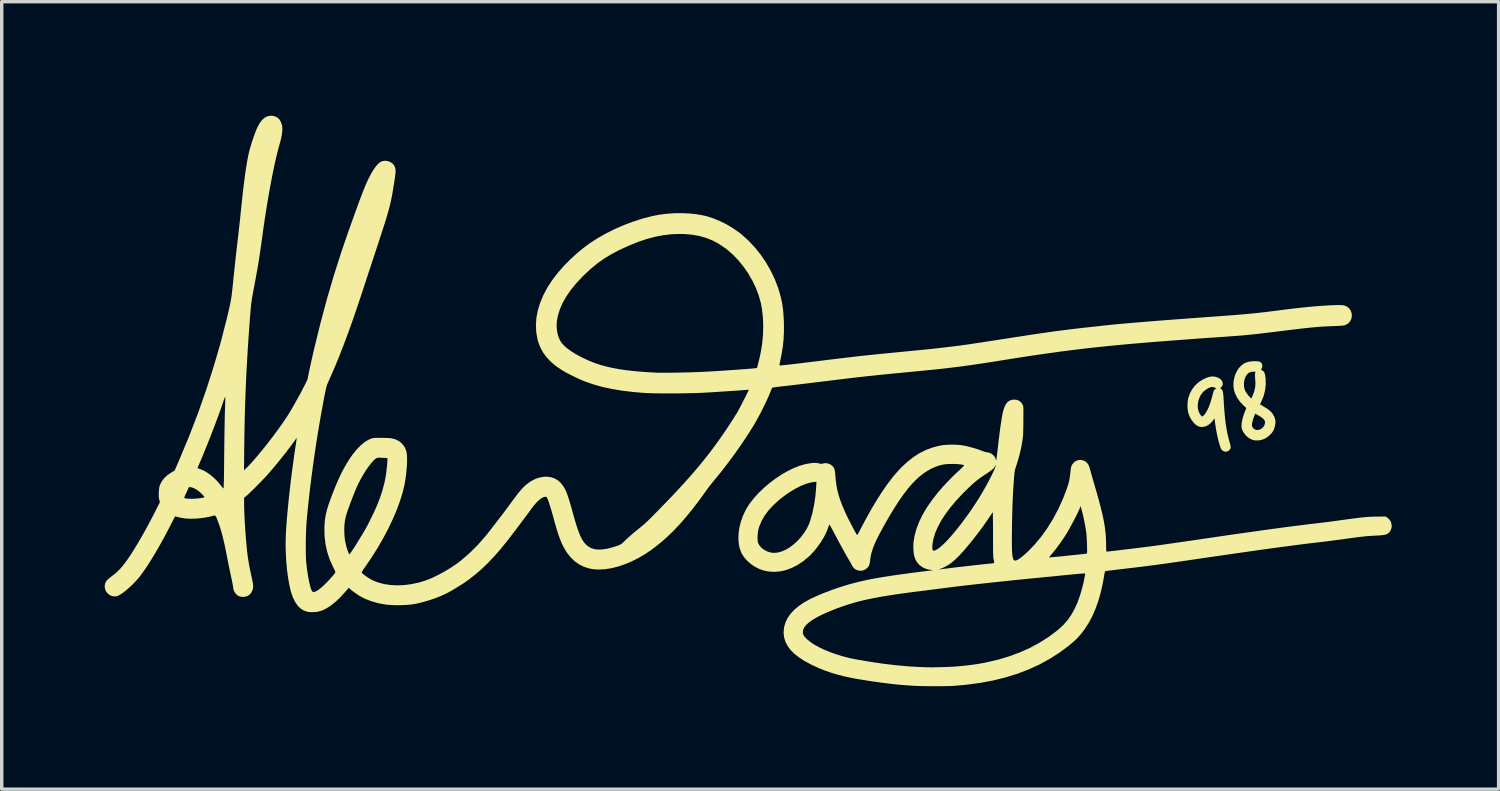
<source format=kicad_pcb>
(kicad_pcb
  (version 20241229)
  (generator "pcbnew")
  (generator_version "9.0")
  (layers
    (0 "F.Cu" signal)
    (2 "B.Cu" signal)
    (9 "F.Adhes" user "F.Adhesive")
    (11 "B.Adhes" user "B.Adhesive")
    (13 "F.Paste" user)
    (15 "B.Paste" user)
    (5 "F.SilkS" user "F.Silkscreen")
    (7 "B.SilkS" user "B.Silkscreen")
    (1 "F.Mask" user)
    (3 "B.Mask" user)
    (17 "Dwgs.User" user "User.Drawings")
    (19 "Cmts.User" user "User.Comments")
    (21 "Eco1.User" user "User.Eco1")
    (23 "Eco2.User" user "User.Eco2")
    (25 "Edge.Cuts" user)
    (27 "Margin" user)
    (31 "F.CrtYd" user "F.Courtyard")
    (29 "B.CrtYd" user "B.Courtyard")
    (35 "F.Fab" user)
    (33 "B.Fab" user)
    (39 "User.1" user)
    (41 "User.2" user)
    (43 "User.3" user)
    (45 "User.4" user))
  (footprint "Alectardy98 (1) Silk"
    (layer "F.Cu")
    (at 18.275 8.53)
    (property "Reference" "Alectardy98 (1) Silk" (at 7.366 -7.112 0) (layer "User.1") (effects (font (size 1.524 1.524) (thickness 0.3))))
    (attr board_only exclude_from_pos_files exclude_from_bom)
    (fp_poly (pts (xy 14.056 -0.607) (xy 14.127 -0.592) (xy 14.196 -0.562) (xy 14.251 -0.522) (xy 14.289 -0.474) (xy 14.308 -0.422) (xy 14.308 -0.37) (xy 14.287 -0.321) (xy 14.265 -0.297) (xy 14.232 -0.266) (xy 14.26 -0.246) (xy 14.283 -0.226) (xy 14.301 -0.198) (xy 14.314 -0.159) (xy 14.322 -0.106) (xy 14.329 -0.033) (xy 14.331 0.006) (xy 14.344 0.235) (xy 14.36 0.441) (xy 14.378 0.627) (xy 14.399 0.795) (xy 14.424 0.948) (xy 14.452 1.089) (xy 14.484 1.219) (xy 14.503 1.286) (xy 14.523 1.356) (xy 14.535 1.408) (xy 14.54 1.445) (xy 14.537 1.474) (xy 14.527 1.5) (xy 14.521 1.511) (xy 14.481 1.557) (xy 14.431 1.581) (xy 14.375 1.583) (xy 14.318 1.561) (xy 14.31 1.556) (xy 14.289 1.539) (xy 14.272 1.52) (xy 14.257 1.493) (xy 14.241 1.452) (xy 14.221 1.393) (xy 14.219 1.386) (xy 14.18 1.25) (xy 14.144 1.094) (xy 14.112 0.925) (xy 14.089 0.772) (xy 14.068 0.611) (xy 14.02 0.678) (xy 13.954 0.754) (xy 13.879 0.811) (xy 13.799 0.848) (xy 13.718 0.864) (xy 13.638 0.857) (xy 13.581 0.837) (xy 13.516 0.794) (xy 13.453 0.731) (xy 13.395 0.653) (xy 13.346 0.564) (xy 13.309 0.47) (xy 13.301 0.441) (xy 13.287 0.359) (xy 13.281 0.262) (xy 13.282 0.218) (xy 13.58 0.218) (xy 13.583 0.317) (xy 13.605 0.407) (xy 13.609 0.417) (xy 13.63 0.46) (xy 13.655 0.502) (xy 13.68 0.535) (xy 13.701 0.556) (xy 13.709 0.559) (xy 13.727 0.55) (xy 13.752 0.529) (xy 13.757 0.524) (xy 13.807 0.461) (xy 13.855 0.382) (xy 13.9 0.285) (xy 13.943 0.169) (xy 13.985 0.031) (xy 14.028 -0.13) (xy 14.028 -0.13) (xy 14.042 -0.18) (xy 14.057 -0.211) (xy 14.077 -0.232) (xy 14.086 -0.239) (xy 14.123 -0.262) (xy 14.073 -0.285) (xy 14.011 -0.302) (xy 13.975 -0.301) (xy 13.924 -0.285) (xy 13.863 -0.253) (xy 13.801 -0.212) (xy 13.744 -0.165) (xy 13.732 -0.152) (xy 13.672 -0.075) (xy 13.626 0.016) (xy 13.595 0.116) (xy 13.58 0.218) (xy 13.282 0.218) (xy 13.283 0.162) (xy 13.294 0.067) (xy 13.302 0.025) (xy 13.347 -0.106) (xy 13.413 -0.229) (xy 13.498 -0.34) (xy 13.599 -0.436) (xy 13.713 -0.512) (xy 13.725 -0.518) (xy 13.824 -0.565) (xy 13.908 -0.595) (xy 13.984 -0.608)) (stroke (width 0) (type solid)) (fill yes) (layer "F.SilkS"))
    (fp_poly (pts (xy 15.316 -1.052) (xy 15.366 -1.045) (xy 15.402 -1.032) (xy 15.428 -1.01) (xy 15.444 -0.988) (xy 15.462 -0.936) (xy 15.458 -0.879) (xy 15.437 -0.831) (xy 15.428 -0.813) (xy 15.434 -0.8) (xy 15.458 -0.784) (xy 15.465 -0.78) (xy 15.495 -0.76) (xy 15.516 -0.734) (xy 15.532 -0.696) (xy 15.545 -0.642) (xy 15.554 -0.569) (xy 15.557 -0.548) (xy 15.562 -0.374) (xy 15.542 -0.202) (xy 15.498 -0.033) (xy 15.431 0.126) (xy 15.393 0.201) (xy 15.453 0.238) (xy 15.497 0.265) (xy 15.55 0.298) (xy 15.591 0.322) (xy 15.682 0.388) (xy 15.755 0.468) (xy 15.808 0.557) (xy 15.839 0.652) (xy 15.844 0.679) (xy 15.844 0.743) (xy 15.833 0.819) (xy 15.814 0.896) (xy 15.786 0.965) (xy 15.785 0.968) (xy 15.744 1.029) (xy 15.687 1.091) (xy 15.62 1.149) (xy 15.55 1.196) (xy 15.523 1.209) (xy 15.439 1.239) (xy 15.347 1.255) (xy 15.257 1.255) (xy 15.177 1.239) (xy 15.16 1.233) (xy 15.061 1.18) (xy 14.978 1.107) (xy 14.91 1.013) (xy 14.894 0.984) (xy 14.873 0.939) (xy 14.861 0.9) (xy 14.856 0.857) (xy 14.856 0.813) (xy 14.856 0.812) (xy 15.159 0.812) (xy 15.164 0.846) (xy 15.193 0.897) (xy 15.238 0.933) (xy 15.292 0.951) (xy 15.352 0.95) (xy 15.411 0.928) (xy 15.424 0.92) (xy 15.477 0.878) (xy 15.512 0.835) (xy 15.533 0.783) (xy 15.541 0.734) (xy 15.536 0.691) (xy 15.514 0.651) (xy 15.475 0.611) (xy 15.415 0.567) (xy 15.356 0.531) (xy 15.254 0.472) (xy 15.221 0.56) (xy 15.185 0.663) (xy 15.164 0.748) (xy 15.159 0.812) (xy 14.856 0.812) (xy 14.864 0.722) (xy 14.887 0.615) (xy 14.925 0.495) (xy 14.96 0.4) (xy 14.996 0.311) (xy 14.915 0.237) (xy 14.814 0.132) (xy 14.732 0.016) (xy 14.671 -0.105) (xy 14.638 -0.204) (xy 14.62 -0.327) (xy 14.622 -0.413) (xy 14.926 -0.413) (xy 14.929 -0.318) (xy 14.949 -0.227) (xy 14.967 -0.183) (xy 14.988 -0.147) (xy 15.017 -0.105) (xy 15.05 -0.062) (xy 15.083 -0.023) (xy 15.113 0.008) (xy 15.134 0.024) (xy 15.138 0.025) (xy 15.148 0.015) (xy 15.163 -0.014) (xy 15.182 -0.056) (xy 15.188 -0.069) (xy 15.232 -0.195) (xy 15.256 -0.314) (xy 15.261 -0.434) (xy 15.258 -0.483) (xy 15.252 -0.562) (xy 15.249 -0.621) (xy 15.248 -0.663) (xy 15.25 -0.694) (xy 15.255 -0.716) (xy 15.257 -0.721) (xy 15.261 -0.737) (xy 15.255 -0.746) (xy 15.232 -0.749) (xy 15.202 -0.749) (xy 15.128 -0.741) (xy 15.067 -0.715) (xy 15.016 -0.668) (xy 15.013 -0.665) (xy 14.969 -0.593) (xy 14.939 -0.507) (xy 14.926 -0.413) (xy 14.622 -0.413) (xy 14.623 -0.454) (xy 14.647 -0.582) (xy 14.689 -0.703) (xy 14.749 -0.812) (xy 14.774 -0.847) (xy 14.844 -0.924) (xy 14.918 -0.981) (xy 15.001 -1.02) (xy 15.098 -1.044) (xy 15.211 -1.054) (xy 15.246 -1.054)) (stroke (width 0) (type solid)) (fill yes) (layer "F.SilkS"))
    (fp_poly (pts (xy 8.312 0.074) (xy 8.383 0.105) (xy 8.441 0.158) (xy 8.475 0.21) (xy 8.482 0.225) (xy 8.488 0.241) (xy 8.492 0.26) (xy 8.496 0.287) (xy 8.498 0.323) (xy 8.499 0.372) (xy 8.499 0.436) (xy 8.499 0.519) (xy 8.499 0.624) (xy 8.498 0.66) (xy 8.498 0.762) (xy 8.496 0.859) (xy 8.495 0.947) (xy 8.493 1.023) (xy 8.491 1.082) (xy 8.489 1.121) (xy 8.489 1.13) (xy 8.468 1.284) (xy 8.437 1.453) (xy 8.398 1.627) (xy 8.352 1.8) (xy 8.301 1.964) (xy 8.294 1.984) (xy 8.276 2.037) (xy 8.262 2.082) (xy 8.252 2.124) (xy 8.244 2.169) (xy 8.237 2.222) (xy 8.231 2.288) (xy 8.224 2.374) (xy 8.224 2.384) (xy 8.213 2.537) (xy 8.203 2.682) (xy 8.195 2.824) (xy 8.188 2.966) (xy 8.182 3.114) (xy 8.177 3.271) (xy 8.173 3.442) (xy 8.169 3.632) (xy 8.167 3.74) (xy 8.165 3.922) (xy 8.163 4.081) (xy 8.163 4.218) (xy 8.164 4.334) (xy 8.166 4.433) (xy 8.17 4.514) (xy 8.176 4.581) (xy 8.183 4.635) (xy 8.192 4.678) (xy 8.203 4.711) (xy 8.216 4.736) (xy 8.221 4.742) (xy 8.247 4.758) (xy 8.288 4.752) (xy 8.343 4.727) (xy 8.412 4.681) (xy 8.433 4.664) (xy 9.246 4.664) (xy 9.258 4.664) (xy 9.292 4.661) (xy 9.345 4.657) (xy 9.414 4.651) (xy 9.496 4.643) (xy 9.588 4.634) (xy 9.686 4.624) (xy 9.788 4.614) (xy 9.89 4.603) (xy 9.989 4.593) (xy 10.082 4.583) (xy 10.166 4.574) (xy 10.238 4.566) (xy 10.295 4.559) (xy 10.333 4.554) (xy 10.35 4.551) (xy 10.35 4.551) (xy 10.354 4.535) (xy 10.355 4.498) (xy 10.356 4.443) (xy 10.355 4.377) (xy 10.353 4.301) (xy 10.35 4.221) (xy 10.346 4.141) (xy 10.342 4.066) (xy 10.337 3.998) (xy 10.332 3.943) (xy 10.331 3.937) (xy 10.317 3.843) (xy 10.298 3.732) (xy 10.275 3.612) (xy 10.249 3.49) (xy 10.222 3.375) (xy 10.197 3.277) (xy 10.168 3.169) (xy 10.142 3.232) (xy 10.118 3.288) (xy 10.083 3.361) (xy 10.041 3.447) (xy 9.993 3.541) (xy 9.941 3.64) (xy 9.889 3.737) (xy 9.838 3.829) (xy 9.792 3.911) (xy 9.751 3.979) (xy 9.747 3.986) (xy 9.683 4.084) (xy 9.612 4.189) (xy 9.536 4.296) (xy 9.46 4.399) (xy 9.388 4.491) (xy 9.325 4.568) (xy 9.314 4.58) (xy 9.283 4.617) (xy 9.259 4.646) (xy 9.246 4.662) (xy 9.246 4.664) (xy 8.433 4.664) (xy 8.495 4.614) (xy 8.592 4.528) (xy 8.633 4.489) (xy 8.834 4.282) (xy 9.024 4.053) (xy 9.201 3.804) (xy 9.366 3.537) (xy 9.517 3.253) (xy 9.652 2.955) (xy 9.756 2.686) (xy 9.797 2.563) (xy 9.828 2.452) (xy 9.849 2.343) (xy 9.865 2.226) (xy 9.869 2.185) (xy 9.877 2.105) (xy 9.887 2.045) (xy 9.9 1.999) (xy 9.919 1.961) (xy 9.945 1.926) (xy 9.968 1.901) (xy 10.03 1.853) (xy 10.102 1.827) (xy 10.179 1.824) (xy 10.258 1.844) (xy 10.297 1.863) (xy 10.353 1.906) (xy 10.396 1.967) (xy 10.427 2.047) (xy 10.433 2.069) (xy 10.442 2.101) (xy 10.456 2.153) (xy 10.476 2.223) (xy 10.5 2.307) (xy 10.527 2.401) (xy 10.556 2.501) (xy 10.578 2.577) (xy 10.642 2.797) (xy 10.697 2.996) (xy 10.745 3.176) (xy 10.786 3.34) (xy 10.82 3.489) (xy 10.847 3.627) (xy 10.869 3.757) (xy 10.886 3.879) (xy 10.898 3.998) (xy 10.905 4.115) (xy 10.909 4.233) (xy 10.909 4.305) (xy 10.91 4.381) (xy 10.911 4.435) (xy 10.914 4.47) (xy 10.919 4.489) (xy 10.925 4.496) (xy 10.926 4.496) (xy 10.945 4.494) (xy 10.986 4.49) (xy 11.047 4.483) (xy 11.124 4.474) (xy 11.215 4.464) (xy 11.317 4.452) (xy 11.427 4.438) (xy 11.543 4.424) (xy 11.661 4.41) (xy 11.779 4.396) (xy 11.894 4.381) (xy 12.003 4.368) (xy 12.102 4.355) (xy 12.191 4.344) (xy 12.249 4.336) (xy 12.319 4.327) (xy 12.41 4.314) (xy 12.521 4.299) (xy 12.648 4.281) (xy 12.789 4.261) (xy 12.941 4.239) (xy 13.1 4.216) (xy 13.265 4.192) (xy 13.431 4.168) (xy 13.576 4.147) (xy 13.955 4.091) (xy 14.31 4.039) (xy 14.642 3.991) (xy 14.953 3.947) (xy 15.245 3.906) (xy 15.518 3.868) (xy 15.773 3.832) (xy 16.014 3.8) (xy 16.239 3.77) (xy 16.452 3.743) (xy 16.652 3.718) (xy 16.842 3.694) (xy 17.023 3.673) (xy 17.101 3.664) (xy 17.193 3.653) (xy 17.304 3.639) (xy 17.426 3.624) (xy 17.553 3.607) (xy 17.677 3.59) (xy 17.786 3.575) (xy 17.95 3.552) (xy 18.093 3.533) (xy 18.216 3.517) (xy 18.325 3.504) (xy 18.422 3.494) (xy 18.509 3.487) (xy 18.592 3.481) (xy 18.672 3.478) (xy 18.753 3.476) (xy 18.809 3.475) (xy 19.056 3.473) (xy 19.115 3.514) (xy 19.172 3.568) (xy 19.211 3.634) (xy 19.23 3.708) (xy 19.231 3.784) (xy 19.211 3.857) (xy 19.172 3.922) (xy 19.149 3.946) (xy 19.121 3.969) (xy 19.088 3.987) (xy 19.048 4.001) (xy 18.995 4.011) (xy 18.928 4.019) (xy 18.84 4.025) (xy 18.796 4.027) (xy 18.709 4.032) (xy 18.629 4.036) (xy 18.553 4.042) (xy 18.477 4.048) (xy 18.396 4.057) (xy 18.308 4.067) (xy 18.209 4.079) (xy 18.094 4.094) (xy 17.961 4.112) (xy 17.85 4.128) (xy 17.726 4.145) (xy 17.592 4.162) (xy 17.455 4.18) (xy 17.321 4.198) (xy 17.197 4.213) (xy 17.09 4.226) (xy 17.062 4.229) (xy 16.923 4.245) (xy 16.779 4.262) (xy 16.629 4.281) (xy 16.473 4.301) (xy 16.309 4.322) (xy 16.136 4.345) (xy 15.952 4.369) (xy 15.756 4.396) (xy 15.546 4.425) (xy 15.323 4.456) (xy 15.084 4.49) (xy 14.827 4.527) (xy 14.553 4.566) (xy 14.258 4.609) (xy 13.943 4.654) (xy 13.606 4.704) (xy 13.246 4.757) (xy 13.125 4.774) (xy 12.755 4.827) (xy 12.395 4.877) (xy 12.035 4.924) (xy 11.666 4.969) (xy 11.43 4.997) (xy 11.319 5.01) (xy 11.215 5.022) (xy 11.121 5.034) (xy 11.04 5.043) (xy 10.975 5.051) (xy 10.929 5.057) (xy 10.904 5.061) (xy 10.901 5.061) (xy 10.881 5.072) (xy 10.87 5.098) (xy 10.865 5.121) (xy 10.814 5.416) (xy 10.752 5.689) (xy 10.68 5.941) (xy 10.596 6.174) (xy 10.502 6.389) (xy 10.395 6.586) (xy 10.275 6.768) (xy 10.197 6.871) (xy 10.129 6.951) (xy 10.061 7.025) (xy 9.985 7.097) (xy 9.898 7.173) (xy 9.816 7.241) (xy 9.549 7.44) (xy 9.268 7.62) (xy 8.972 7.782) (xy 8.66 7.926) (xy 8.333 8.051) (xy 7.989 8.158) (xy 7.628 8.248) (xy 7.25 8.319) (xy 6.855 8.373) (xy 6.477 8.407) (xy 6.403 8.411) (xy 6.307 8.414) (xy 6.196 8.416) (xy 6.072 8.417) (xy 5.941 8.418) (xy 5.807 8.417) (xy 5.675 8.416) (xy 5.549 8.414) (xy 5.433 8.411) (xy 5.333 8.407) (xy 5.315 8.406) (xy 5.095 8.392) (xy 4.866 8.373) (xy 4.625 8.347) (xy 4.37 8.315) (xy 4.096 8.277) (xy 3.802 8.231) (xy 3.791 8.229) (xy 3.543 8.186) (xy 3.317 8.139) (xy 3.108 8.088) (xy 2.912 8.03) (xy 2.725 7.966) (xy 2.543 7.893) (xy 2.362 7.81) (xy 2.299 7.779) (xy 2.115 7.68) (xy 1.956 7.576) (xy 1.821 7.469) (xy 1.711 7.358) (xy 1.626 7.242) (xy 1.564 7.122) (xy 1.526 6.996) (xy 1.511 6.865) (xy 1.511 6.849) (xy 1.512 6.84) (xy 2.07 6.84) (xy 2.076 6.888) (xy 2.096 6.936) (xy 2.132 6.986) (xy 2.187 7.043) (xy 2.202 7.056) (xy 2.3 7.136) (xy 2.422 7.216) (xy 2.563 7.292) (xy 2.721 7.366) (xy 2.893 7.435) (xy 3.077 7.499) (xy 3.269 7.556) (xy 3.466 7.605) (xy 3.632 7.638) (xy 4.019 7.704) (xy 4.396 7.76) (xy 4.76 7.804) (xy 5.11 7.836) (xy 5.441 7.857) (xy 5.524 7.86) (xy 5.623 7.864) (xy 5.713 7.866) (xy 5.799 7.867) (xy 5.886 7.867) (xy 5.978 7.865) (xy 6.082 7.863) (xy 6.201 7.859) (xy 6.331 7.854) (xy 6.507 7.845) (xy 6.696 7.829) (xy 6.891 7.808) (xy 7.083 7.783) (xy 7.264 7.754) (xy 7.41 7.726) (xy 7.757 7.645) (xy 8.084 7.547) (xy 8.393 7.433) (xy 8.685 7.303) (xy 8.961 7.155) (xy 9.222 6.99) (xy 9.469 6.806) (xy 9.526 6.759) (xy 9.663 6.633) (xy 9.785 6.493) (xy 9.895 6.337) (xy 9.992 6.163) (xy 10.078 5.971) (xy 10.154 5.757) (xy 10.221 5.522) (xy 10.222 5.518) (xy 10.24 5.442) (xy 10.258 5.365) (xy 10.273 5.293) (xy 10.285 5.229) (xy 10.294 5.178) (xy 10.298 5.144) (xy 10.297 5.133) (xy 10.284 5.132) (xy 10.249 5.133) (xy 10.194 5.136) (xy 10.123 5.142) (xy 10.04 5.149) (xy 9.945 5.158) (xy 9.887 5.164) (xy 9.771 5.175) (xy 9.637 5.188) (xy 9.491 5.203) (xy 9.342 5.218) (xy 9.195 5.232) (xy 9.057 5.245) (xy 9.004 5.251) (xy 8.701 5.28) (xy 8.4 5.31) (xy 8.104 5.341) (xy 7.815 5.371) (xy 7.536 5.401) (xy 7.269 5.43) (xy 7.016 5.458) (xy 6.778 5.485) (xy 6.559 5.511) (xy 6.36 5.536) (xy 6.184 5.558) (xy 6.147 5.563) (xy 6.087 5.571) (xy 6.007 5.581) (xy 5.911 5.594) (xy 5.806 5.607) (xy 5.695 5.621) (xy 5.584 5.635) (xy 5.55 5.639) (xy 5.266 5.675) (xy 5.005 5.71) (xy 4.766 5.744) (xy 4.545 5.778) (xy 4.342 5.812) (xy 4.154 5.847) (xy 3.979 5.882) (xy 3.815 5.92) (xy 3.66 5.958) (xy 3.512 6) (xy 3.368 6.044) (xy 3.228 6.091) (xy 3.087 6.141) (xy 2.988 6.18) (xy 2.79 6.261) (xy 2.617 6.339) (xy 2.469 6.416) (xy 2.344 6.49) (xy 2.244 6.563) (xy 2.166 6.635) (xy 2.112 6.705) (xy 2.08 6.775) (xy 2.07 6.84) (xy 1.512 6.84) (xy 1.524 6.707) (xy 1.561 6.57) (xy 1.622 6.439) (xy 1.708 6.314) (xy 1.818 6.194) (xy 1.952 6.081) (xy 2.109 5.975) (xy 2.289 5.875) (xy 2.33 5.855) (xy 2.51 5.774) (xy 2.709 5.691) (xy 2.924 5.61) (xy 3.136 5.537) (xy 3.267 5.495) (xy 3.4 5.455) (xy 3.535 5.418) (xy 3.674 5.382) (xy 3.821 5.348) (xy 3.975 5.315) (xy 4.141 5.283) (xy 4.318 5.251) (xy 4.51 5.22) (xy 4.718 5.188) (xy 4.944 5.156) (xy 5.19 5.123) (xy 5.457 5.088) (xy 5.69 5.059) (xy 5.874 5.036) (xy 5.789 5.026) (xy 5.725 5.013) (xy 6.042 5.013) (xy 6.049 5.014) (xy 6.075 5.011) (xy 6.077 5.011) (xy 6.107 5.007) (xy 6.157 5) (xy 6.22 4.993) (xy 6.292 4.984) (xy 6.331 4.979) (xy 6.401 4.97) (xy 6.489 4.96) (xy 6.589 4.948) (xy 6.699 4.935) (xy 6.816 4.922) (xy 6.934 4.909) (xy 7.052 4.895) (xy 7.166 4.883) (xy 7.271 4.871) (xy 7.364 4.861) (xy 7.442 4.853) (xy 7.502 4.847) (xy 7.533 4.844) (xy 7.581 4.839) (xy 7.62 4.833) (xy 7.642 4.828) (xy 7.643 4.827) (xy 7.648 4.81) (xy 7.643 4.77) (xy 7.635 4.737) (xy 7.63 4.716) (xy 7.626 4.691) (xy 7.623 4.66) (xy 7.62 4.622) (xy 7.618 4.573) (xy 7.616 4.511) (xy 7.615 4.435) (xy 7.614 4.341) (xy 7.614 4.228) (xy 7.614 4.093) (xy 7.614 3.998) (xy 7.614 3.872) (xy 7.613 3.754) (xy 7.612 3.647) (xy 7.611 3.553) (xy 7.61 3.474) (xy 7.609 3.412) (xy 7.608 3.371) (xy 7.606 3.351) (xy 7.606 3.35) (xy 7.596 3.363) (xy 7.575 3.394) (xy 7.545 3.438) (xy 7.508 3.493) (xy 7.474 3.543) (xy 7.316 3.769) (xy 7.138 4.007) (xy 6.941 4.255) (xy 6.916 4.285) (xy 6.796 4.428) (xy 6.687 4.551) (xy 6.586 4.656) (xy 6.492 4.745) (xy 6.403 4.82) (xy 6.315 4.881) (xy 6.228 4.932) (xy 6.139 4.974) (xy 6.093 4.992) (xy 6.056 5.006) (xy 6.042 5.013) (xy 5.725 5.013) (xy 5.671 5.002) (xy 5.566 4.956) (xy 5.476 4.892) (xy 5.402 4.81) (xy 5.348 4.713) (xy 5.327 4.655) (xy 5.307 4.568) (xy 5.295 4.466) (xy 5.291 4.358) (xy 5.291 4.345) (xy 5.844 4.345) (xy 5.845 4.408) (xy 5.855 4.449) (xy 5.873 4.468) (xy 5.884 4.47) (xy 5.912 4.464) (xy 5.95 4.449) (xy 5.965 4.441) (xy 6.031 4.399) (xy 6.107 4.337) (xy 6.194 4.256) (xy 6.288 4.159) (xy 6.39 4.046) (xy 6.497 3.921) (xy 6.607 3.784) (xy 6.72 3.638) (xy 6.834 3.484) (xy 6.948 3.324) (xy 7.06 3.16) (xy 7.168 2.993) (xy 7.242 2.874) (xy 7.297 2.782) (xy 7.354 2.683) (xy 7.411 2.581) (xy 7.467 2.479) (xy 7.519 2.378) (xy 7.568 2.283) (xy 7.61 2.196) (xy 7.646 2.12) (xy 7.673 2.057) (xy 7.69 2.011) (xy 7.696 1.984) (xy 7.691 1.979) (xy 7.681 1.995) (xy 7.678 2.001) (xy 7.663 2.029) (xy 7.64 2.059) (xy 7.607 2.091) (xy 7.561 2.128) (xy 7.5 2.172) (xy 7.421 2.226) (xy 7.359 2.267) (xy 7.267 2.328) (xy 7.19 2.384) (xy 7.119 2.439) (xy 7.048 2.5) (xy 6.968 2.573) (xy 6.949 2.59) (xy 6.736 2.798) (xy 6.545 3.003) (xy 6.376 3.203) (xy 6.23 3.398) (xy 6.107 3.587) (xy 6.007 3.771) (xy 5.93 3.949) (xy 5.878 4.121) (xy 5.853 4.258) (xy 5.844 4.345) (xy 5.291 4.345) (xy 5.294 4.253) (xy 5.296 4.232) (xy 5.328 4.034) (xy 5.382 3.833) (xy 5.459 3.63) (xy 5.559 3.424) (xy 5.683 3.214) (xy 5.831 2.999) (xy 6.003 2.779) (xy 6.062 2.71) (xy 6.161 2.597) (xy 6.272 2.478) (xy 6.388 2.358) (xy 6.503 2.243) (xy 6.612 2.142) (xy 6.641 2.115) (xy 6.689 2.071) (xy 6.729 2.032) (xy 6.758 2.001) (xy 6.772 1.983) (xy 6.772 1.979) (xy 6.75 1.969) (xy 6.706 1.96) (xy 6.645 1.951) (xy 6.572 1.945) (xy 6.491 1.941) (xy 6.406 1.94) (xy 6.401 1.94) (xy 6.266 1.945) (xy 6.148 1.96) (xy 6.036 1.988) (xy 5.922 2.03) (xy 5.82 2.076) (xy 5.701 2.142) (xy 5.585 2.219) (xy 5.469 2.31) (xy 5.354 2.416) (xy 5.238 2.538) (xy 5.121 2.676) (xy 5.001 2.833) (xy 4.878 3.009) (xy 4.751 3.205) (xy 4.618 3.422) (xy 4.479 3.662) (xy 4.4 3.804) (xy 4.312 3.967) (xy 4.238 4.112) (xy 4.177 4.242) (xy 4.128 4.359) (xy 4.091 4.466) (xy 4.063 4.565) (xy 4.045 4.658) (xy 4.038 4.708) (xy 4.028 4.787) (xy 4.018 4.845) (xy 4.004 4.889) (xy 3.987 4.925) (xy 3.962 4.957) (xy 3.958 4.962) (xy 3.897 5.013) (xy 3.827 5.044) (xy 3.75 5.054) (xy 3.674 5.043) (xy 3.604 5.012) (xy 3.564 4.981) (xy 3.538 4.95) (xy 3.51 4.907) (xy 3.493 4.877) (xy 3.466 4.825) (xy 3.434 4.769) (xy 3.414 4.737) (xy 3.395 4.705) (xy 3.366 4.654) (xy 3.328 4.587) (xy 3.283 4.507) (xy 3.234 4.417) (xy 3.181 4.321) (xy 3.127 4.221) (xy 3.073 4.121) (xy 3.021 4.024) (xy 2.973 3.933) (xy 2.94 3.869) (xy 2.908 3.81) (xy 2.88 3.761) (xy 2.859 3.725) (xy 2.845 3.706) (xy 2.842 3.704) (xy 2.835 3.721) (xy 2.823 3.755) (xy 2.813 3.785) (xy 2.762 3.919) (xy 2.692 4.06) (xy 2.606 4.204) (xy 2.509 4.344) (xy 2.403 4.477) (xy 2.293 4.596) (xy 2.244 4.642) (xy 2.081 4.776) (xy 1.915 4.886) (xy 1.747 4.972) (xy 1.576 5.034) (xy 1.405 5.072) (xy 1.234 5.085) (xy 1.063 5.073) (xy 0.937 5.048) (xy 0.807 5.003) (xy 0.681 4.94) (xy 0.562 4.86) (xy 0.455 4.766) (xy 0.364 4.664) (xy 0.293 4.555) (xy 0.279 4.526) (xy 0.231 4.399) (xy 0.203 4.259) (xy 0.193 4.108) (xy 0.195 4.063) (xy 0.752 4.063) (xy 0.752 4.144) (xy 0.76 4.211) (xy 0.767 4.239) (xy 0.806 4.315) (xy 0.866 4.385) (xy 0.944 4.444) (xy 1.037 4.491) (xy 1.106 4.514) (xy 1.168 4.527) (xy 1.225 4.532) (xy 1.289 4.528) (xy 1.345 4.521) (xy 1.46 4.49) (xy 1.577 4.438) (xy 1.696 4.367) (xy 1.811 4.278) (xy 1.922 4.176) (xy 2.025 4.062) (xy 2.116 3.94) (xy 2.195 3.812) (xy 2.257 3.68) (xy 2.283 3.607) (xy 2.349 3.374) (xy 2.401 3.127) (xy 2.438 2.874) (xy 2.459 2.63) (xy 2.468 2.46) (xy 2.386 2.467) (xy 2.275 2.487) (xy 2.151 2.525) (xy 2.017 2.579) (xy 1.877 2.65) (xy 1.732 2.733) (xy 1.587 2.83) (xy 1.445 2.936) (xy 1.378 2.991) (xy 1.212 3.142) (xy 1.071 3.295) (xy 0.956 3.45) (xy 0.866 3.607) (xy 0.801 3.766) (xy 0.787 3.81) (xy 0.769 3.889) (xy 0.757 3.976) (xy 0.752 4.063) (xy 0.195 4.063) (xy 0.2 3.95) (xy 0.224 3.787) (xy 0.266 3.623) (xy 0.323 3.46) (xy 0.396 3.302) (xy 0.484 3.152) (xy 0.52 3.099) (xy 0.643 2.941) (xy 0.782 2.787) (xy 0.935 2.639) (xy 1.099 2.5) (xy 1.27 2.37) (xy 1.446 2.253) (xy 1.624 2.15) (xy 1.801 2.064) (xy 1.974 1.995) (xy 2.141 1.947) (xy 2.191 1.937) (xy 2.296 1.919) (xy 2.382 1.91) (xy 2.453 1.91) (xy 2.512 1.918) (xy 2.534 1.924) (xy 2.583 1.935) (xy 2.619 1.937) (xy 2.645 1.931) (xy 2.72 1.917) (xy 2.799 1.925) (xy 2.872 1.953) (xy 2.925 1.991) (xy 2.961 2.032) (xy 2.987 2.077) (xy 3.003 2.133) (xy 3.013 2.206) (xy 3.016 2.242) (xy 3.03 2.408) (xy 3.05 2.563) (xy 3.079 2.712) (xy 3.118 2.86) (xy 3.167 3.011) (xy 3.229 3.171) (xy 3.304 3.344) (xy 3.346 3.435) (xy 3.373 3.491) (xy 3.407 3.56) (xy 3.447 3.637) (xy 3.489 3.718) (xy 3.531 3.798) (xy 3.57 3.871) (xy 3.604 3.934) (xy 3.631 3.981) (xy 3.64 3.997) (xy 3.647 4.006) (xy 3.654 4.007) (xy 3.664 3.999) (xy 3.678 3.978) (xy 3.698 3.943) (xy 3.726 3.89) (xy 3.763 3.819) (xy 3.927 3.51) (xy 4.088 3.223) (xy 4.248 2.958) (xy 4.405 2.715) (xy 4.56 2.496) (xy 4.711 2.3) (xy 4.859 2.129) (xy 4.952 2.032) (xy 5.126 1.872) (xy 5.301 1.736) (xy 5.479 1.622) (xy 5.663 1.531) (xy 5.854 1.46) (xy 6.055 1.409) (xy 6.064 1.407) (xy 6.173 1.39) (xy 6.298 1.381) (xy 6.43 1.378) (xy 6.561 1.382) (xy 6.682 1.392) (xy 6.75 1.402) (xy 6.838 1.421) (xy 6.938 1.446) (xy 7.044 1.475) (xy 7.147 1.506) (xy 7.24 1.538) (xy 7.301 1.561) (xy 7.35 1.58) (xy 7.394 1.594) (xy 7.425 1.6) (xy 7.428 1.6) (xy 7.5 1.612) (xy 7.569 1.643) (xy 7.628 1.691) (xy 7.672 1.749) (xy 7.688 1.789) (xy 7.706 1.848) (xy 7.713 1.803) (xy 7.717 1.779) (xy 7.722 1.733) (xy 7.73 1.67) (xy 7.739 1.593) (xy 7.749 1.506) (xy 7.76 1.416) (xy 7.779 1.251) (xy 7.799 1.092) (xy 7.818 0.943) (xy 7.837 0.805) (xy 7.856 0.683) (xy 7.872 0.578) (xy 7.888 0.493) (xy 7.9 0.432) (xy 7.934 0.315) (xy 7.974 0.222) (xy 8.023 0.152) (xy 8.08 0.103) (xy 8.147 0.074) (xy 8.225 0.064) (xy 8.227 0.064)) (stroke (width 0) (type solid)) (fill yes) (layer "F.SilkS"))
    (fp_poly (pts (xy -13.347 -8.199) (xy -13.275 -8.172) (xy -13.213 -8.131) (xy -13.178 -8.093) (xy -13.139 -8.024) (xy -13.112 -7.949) (xy -13.098 -7.866) (xy -13.097 -7.771) (xy -13.109 -7.663) (xy -13.134 -7.539) (xy -13.172 -7.396) (xy -13.177 -7.378) (xy -13.217 -7.234) (xy -13.259 -7.066) (xy -13.303 -6.879) (xy -13.347 -6.674) (xy -13.392 -6.453) (xy -13.437 -6.22) (xy -13.481 -5.976) (xy -13.525 -5.725) (xy -13.567 -5.469) (xy -13.607 -5.21) (xy -13.645 -4.951) (xy -13.665 -4.801) (xy -13.694 -4.591) (xy -13.721 -4.402) (xy -13.746 -4.228) (xy -13.771 -4.064) (xy -13.797 -3.904) (xy -13.824 -3.744) (xy -13.854 -3.578) (xy -13.886 -3.401) (xy -13.922 -3.208) (xy -13.938 -3.124) (xy -13.956 -3.031) (xy -13.97 -2.95) (xy -13.983 -2.878) (xy -13.993 -2.81) (xy -14.002 -2.743) (xy -14.01 -2.672) (xy -14.018 -2.593) (xy -14.026 -2.501) (xy -14.035 -2.393) (xy -14.045 -2.264) (xy -14.045 -2.254) (xy -14.082 -1.749) (xy -14.113 -1.263) (xy -14.14 -0.791) (xy -14.162 -0.328) (xy -14.179 0.133) (xy -14.193 0.596) (xy -14.202 1.066) (xy -14.207 1.41) (xy -14.214 2.127) (xy -14.148 2.064) (xy -14.072 1.987) (xy -13.984 1.891) (xy -13.886 1.78) (xy -13.782 1.657) (xy -13.672 1.523) (xy -13.559 1.382) (xy -13.446 1.237) (xy -13.335 1.09) (xy -13.227 0.945) (xy -13.126 0.804) (xy -13.033 0.669) (xy -12.964 0.565) (xy -12.919 0.496) (xy -12.87 0.414) (xy -12.816 0.323) (xy -12.759 0.225) (xy -12.702 0.122) (xy -12.644 0.019) (xy -12.588 -0.084) (xy -12.534 -0.183) (xy -12.486 -0.276) (xy -12.443 -0.36) (xy -12.407 -0.432) (xy -12.38 -0.49) (xy -12.363 -0.532) (xy -12.357 -0.553) (xy -12.354 -0.572) (xy -12.347 -0.613) (xy -12.334 -0.672) (xy -12.319 -0.747) (xy -12.3 -0.835) (xy -12.279 -0.932) (xy -12.256 -1.035) (xy -12.232 -1.142) (xy -12.208 -1.249) (xy -12.184 -1.353) (xy -12.165 -1.435) (xy -11.986 -2.161) (xy -11.798 -2.865) (xy -11.597 -3.549) (xy -11.385 -4.214) (xy -11.196 -4.766) (xy -11.12 -4.979) (xy -11.052 -5.17) (xy -10.991 -5.341) (xy -10.936 -5.492) (xy -10.887 -5.627) (xy -10.844 -5.746) (xy -10.804 -5.851) (xy -10.768 -5.944) (xy -10.736 -6.027) (xy -10.706 -6.101) (xy -10.678 -6.168) (xy -10.651 -6.231) (xy -10.624 -6.289) (xy -10.598 -6.346) (xy -10.591 -6.361) (xy -10.516 -6.508) (xy -10.443 -6.631) (xy -10.372 -6.731) (xy -10.304 -6.807) (xy -10.238 -6.859) (xy -10.181 -6.885) (xy -10.101 -6.895) (xy -10.02 -6.885) (xy -9.946 -6.856) (xy -9.883 -6.811) (xy -9.848 -6.771) (xy -9.826 -6.733) (xy -9.81 -6.696) (xy -9.801 -6.654) (xy -9.797 -6.604) (xy -9.799 -6.542) (xy -9.808 -6.465) (xy -9.821 -6.369) (xy -9.828 -6.324) (xy -9.847 -6.203) (xy -9.865 -6.094) (xy -9.881 -5.995) (xy -9.897 -5.903) (xy -9.914 -5.817) (xy -9.931 -5.733) (xy -9.949 -5.65) (xy -9.97 -5.566) (xy -9.993 -5.478) (xy -10.019 -5.385) (xy -10.049 -5.284) (xy -10.082 -5.172) (xy -10.121 -5.048) (xy -10.165 -4.91) (xy -10.216 -4.755) (xy -10.272 -4.582) (xy -10.336 -4.387) (xy -10.365 -4.299) (xy -10.416 -4.144) (xy -10.47 -3.98) (xy -10.525 -3.811) (xy -10.581 -3.643) (xy -10.635 -3.478) (xy -10.686 -3.322) (xy -10.733 -3.179) (xy -10.775 -3.053) (xy -10.795 -2.991) (xy -10.93 -2.587) (xy -11.061 -2.208) (xy -11.189 -1.851) (xy -11.315 -1.515) (xy -11.438 -1.2) (xy -11.56 -0.904) (xy -11.68 -0.626) (xy -11.736 -0.502) (xy -11.758 -0.453) (xy -11.776 -0.411) (xy -11.792 -0.372) (xy -11.805 -0.331) (xy -11.817 -0.286) (xy -11.83 -0.232) (xy -11.845 -0.164) (xy -11.862 -0.079) (xy -11.882 0.025) (xy -11.963 0.459) (xy -12.04 0.908) (xy -12.114 1.368) (xy -12.182 1.833) (xy -12.245 2.296) (xy -12.301 2.752) (xy -12.35 3.194) (xy -12.385 3.556) (xy -12.394 3.674) (xy -12.401 3.805) (xy -12.407 3.946) (xy -12.411 4.093) (xy -12.414 4.24) (xy -12.414 4.384) (xy -12.413 4.52) (xy -12.41 4.645) (xy -12.405 4.753) (xy -12.398 4.841) (xy -12.397 4.851) (xy -12.38 4.994) (xy -12.36 5.13) (xy -12.339 5.258) (xy -12.317 5.373) (xy -12.294 5.473) (xy -12.272 5.554) (xy -12.25 5.614) (xy -12.247 5.621) (xy -12.226 5.655) (xy -12.201 5.671) (xy -12.168 5.671) (xy -12.121 5.653) (xy -12.088 5.637) (xy -12.036 5.603) (xy -11.971 5.551) (xy -11.898 5.486) (xy -11.82 5.41) (xy -11.739 5.326) (xy -11.66 5.238) (xy -11.585 5.149) (xy -11.559 5.115) (xy -11.553 5.104) (xy -11.554 5.087) (xy -11.561 5.062) (xy -11.578 5.024) (xy -11.605 4.969) (xy -11.618 4.944) (xy -11.716 4.726) (xy -11.79 4.504) (xy -11.84 4.275) (xy -11.867 4.04) (xy -11.87 3.854) (xy -11.292 3.854) (xy -11.29 3.967) (xy -11.284 4.064) (xy -11.272 4.156) (xy -11.253 4.254) (xy -11.238 4.318) (xy -11.221 4.382) (xy -11.202 4.443) (xy -11.182 4.497) (xy -11.164 4.54) (xy -11.149 4.568) (xy -11.139 4.577) (xy -11.138 4.576) (xy -11.128 4.562) (xy -11.107 4.531) (xy -11.077 4.487) (xy -11.042 4.434) (xy -11.028 4.413) (xy -10.984 4.346) (xy -10.931 4.261) (xy -10.872 4.166) (xy -10.811 4.066) (xy -10.751 3.967) (xy -10.696 3.873) (xy -10.652 3.797) (xy -10.621 3.74) (xy -10.582 3.664) (xy -10.538 3.577) (xy -10.492 3.483) (xy -10.446 3.387) (xy -10.404 3.297) (xy -10.367 3.216) (xy -10.346 3.169) (xy -10.251 2.926) (xy -10.174 2.691) (xy -10.116 2.465) (xy -10.078 2.261) (xy -10.069 2.188) (xy -10.059 2.108) (xy -10.05 2.027) (xy -10.043 1.949) (xy -10.037 1.881) (xy -10.034 1.829) (xy -10.033 1.809) (xy -10.033 1.769) (xy -10.182 1.761) (xy -10.251 1.758) (xy -10.301 1.758) (xy -10.338 1.765) (xy -10.369 1.779) (xy -10.4 1.804) (xy -10.438 1.84) (xy -10.45 1.853) (xy -10.518 1.93) (xy -10.592 2.027) (xy -10.668 2.138) (xy -10.744 2.261) (xy -10.817 2.389) (xy -10.884 2.519) (xy -10.902 2.556) (xy -10.929 2.616) (xy -10.963 2.695) (xy -11.001 2.788) (xy -11.041 2.89) (xy -11.082 2.996) (xy -11.122 3.101) (xy -11.158 3.199) (xy -11.189 3.287) (xy -11.213 3.357) (xy -11.218 3.372) (xy -11.251 3.488) (xy -11.273 3.592) (xy -11.286 3.696) (xy -11.292 3.809) (xy -11.292 3.854) (xy -11.87 3.854) (xy -11.871 3.794) (xy -11.871 3.788) (xy -11.866 3.689) (xy -11.858 3.595) (xy -11.846 3.503) (xy -11.829 3.411) (xy -11.806 3.314) (xy -11.777 3.21) (xy -11.74 3.096) (xy -11.694 2.968) (xy -11.64 2.823) (xy -11.579 2.667) (xy -11.479 2.428) (xy -11.376 2.207) (xy -11.268 2.005) (xy -11.158 1.823) (xy -11.046 1.661) (xy -10.933 1.521) (xy -10.818 1.403) (xy -10.704 1.308) (xy -10.589 1.237) (xy -10.519 1.206) (xy -10.491 1.196) (xy -10.463 1.189) (xy -10.431 1.184) (xy -10.39 1.181) (xy -10.336 1.18) (xy -10.264 1.179) (xy -10.217 1.18) (xy -10.138 1.181) (xy -10.062 1.183) (xy -9.995 1.186) (xy -9.944 1.19) (xy -9.918 1.193) (xy -9.803 1.223) (xy -9.701 1.273) (xy -9.615 1.342) (xy -9.547 1.426) (xy -9.498 1.525) (xy -9.474 1.611) (xy -9.465 1.686) (xy -9.462 1.78) (xy -9.463 1.891) (xy -9.469 2.013) (xy -9.48 2.142) (xy -9.494 2.274) (xy -9.512 2.404) (xy -9.534 2.529) (xy -9.539 2.553) (xy -9.595 2.786) (xy -9.672 3.031) (xy -9.766 3.287) (xy -9.879 3.551) (xy -10.007 3.821) (xy -10.152 4.094) (xy -10.31 4.37) (xy -10.482 4.644) (xy -10.667 4.916) (xy -10.68 4.935) (xy -10.724 4.998) (xy -10.754 5.044) (xy -10.773 5.076) (xy -10.782 5.097) (xy -10.782 5.111) (xy -10.779 5.116) (xy -10.752 5.142) (xy -10.708 5.177) (xy -10.653 5.217) (xy -10.592 5.257) (xy -10.532 5.294) (xy -10.477 5.325) (xy -10.458 5.334) (xy -10.3 5.397) (xy -10.126 5.442) (xy -9.94 5.469) (xy -9.744 5.478) (xy -9.542 5.47) (xy -9.335 5.443) (xy -9.128 5.399) (xy -8.949 5.346) (xy -8.81 5.294) (xy -8.658 5.226) (xy -8.5 5.146) (xy -8.34 5.058) (xy -8.185 4.963) (xy -8.039 4.866) (xy -7.908 4.768) (xy -7.893 4.757) (xy -7.647 4.544) (xy -7.414 4.314) (xy -7.193 4.064) (xy -7.146 4.006) (xy -7.086 3.931) (xy -7.017 3.842) (xy -6.94 3.743) (xy -6.858 3.637) (xy -6.775 3.528) (xy -6.691 3.419) (xy -6.611 3.313) (xy -6.537 3.214) (xy -6.471 3.125) (xy -6.448 3.092) (xy -6.358 2.971) (xy -6.28 2.868) (xy -6.213 2.781) (xy -6.154 2.709) (xy -6.101 2.65) (xy -6.052 2.6) (xy -6.006 2.557) (xy -5.976 2.533) (xy -5.848 2.442) (xy -5.72 2.375) (xy -5.59 2.333) (xy -5.456 2.313) (xy -5.404 2.311) (xy -5.283 2.323) (xy -5.171 2.359) (xy -5.07 2.416) (xy -4.98 2.496) (xy -4.902 2.598) (xy -4.853 2.685) (xy -4.83 2.734) (xy -4.808 2.79) (xy -4.784 2.853) (xy -4.759 2.928) (xy -4.731 3.017) (xy -4.7 3.123) (xy -4.664 3.248) (xy -4.625 3.391) (xy -4.577 3.558) (xy -4.534 3.703) (xy -4.494 3.827) (xy -4.456 3.933) (xy -4.419 4.024) (xy -4.382 4.101) (xy -4.345 4.166) (xy -4.306 4.223) (xy -4.268 4.269) (xy -4.191 4.339) (xy -4.102 4.391) (xy -3.999 4.424) (xy -3.884 4.437) (xy -3.754 4.431) (xy -3.609 4.407) (xy -3.448 4.363) (xy -3.336 4.326) (xy -3.288 4.308) (xy -3.251 4.291) (xy -3.22 4.273) (xy -3.188 4.248) (xy -3.15 4.214) (xy -3.101 4.166) (xy -3.092 4.157) (xy -3.038 4.106) (xy -2.971 4.045) (xy -2.896 3.98) (xy -2.822 3.917) (xy -2.775 3.88) (xy -2.712 3.829) (xy -2.658 3.785) (xy -2.609 3.745) (xy -2.564 3.707) (xy -2.52 3.667) (xy -2.474 3.625) (xy -2.425 3.578) (xy -2.369 3.523) (xy -2.305 3.458) (xy -2.229 3.381) (xy -2.139 3.29) (xy -2.071 3.22) (xy -1.833 2.975) (xy -1.613 2.743) (xy -1.409 2.522) (xy -1.219 2.31) (xy -1.042 2.105) (xy -0.874 1.904) (xy -0.715 1.705) (xy -0.563 1.506) (xy -0.415 1.304) (xy -0.269 1.098) (xy -0.125 0.885) (xy -0.073 0.806) (xy -0.023 0.728) (xy 0.028 0.65) (xy 0.076 0.575) (xy 0.116 0.51) (xy 0.147 0.46) (xy 0.153 0.451) (xy 0.175 0.411) (xy 0.205 0.358) (xy 0.239 0.293) (xy 0.277 0.22) (xy 0.317 0.144) (xy 0.357 0.066) (xy 0.395 -0.008) (xy 0.429 -0.077) (xy 0.458 -0.135) (xy 0.48 -0.181) (xy 0.493 -0.21) (xy 0.495 -0.218) (xy 0.485 -0.224) (xy 0.467 -0.223) (xy 0.446 -0.22) (xy 0.403 -0.216) (xy 0.34 -0.211) (xy 0.26 -0.205) (xy 0.165 -0.198) (xy 0.059 -0.191) (xy -0.056 -0.183) (xy -0.176 -0.175) (xy -0.301 -0.167) (xy -0.425 -0.159) (xy -0.548 -0.151) (xy -0.665 -0.144) (xy -0.775 -0.138) (xy -0.857 -0.133) (xy -0.969 -0.128) (xy -1.099 -0.124) (xy -1.241 -0.121) (xy -1.394 -0.118) (xy -1.553 -0.116) (xy -1.713 -0.115) (xy -1.872 -0.115) (xy -2.025 -0.115) (xy -2.169 -0.117) (xy -2.299 -0.119) (xy -2.412 -0.123) (xy -2.504 -0.127) (xy -2.515 -0.127) (xy -2.858 -0.155) (xy -3.179 -0.193) (xy -3.479 -0.242) (xy -3.757 -0.301) (xy -4.015 -0.372) (xy -4.253 -0.454) (xy -4.293 -0.469) (xy -4.384 -0.508) (xy -4.489 -0.555) (xy -4.602 -0.609) (xy -4.714 -0.665) (xy -4.818 -0.719) (xy -4.908 -0.769) (xy -4.928 -0.781) (xy -5.106 -0.898) (xy -5.26 -1.025) (xy -5.391 -1.162) (xy -5.499 -1.308) (xy -5.583 -1.464) (xy -5.645 -1.63) (xy -5.662 -1.697) (xy -5.698 -1.902) (xy -5.708 -2.11) (xy -5.708 -2.112) (xy -5.104 -2.112) (xy -5.098 -1.982) (xy -5.077 -1.857) (xy -5.042 -1.741) (xy -4.994 -1.64) (xy -4.968 -1.6) (xy -4.896 -1.517) (xy -4.8 -1.431) (xy -4.681 -1.345) (xy -4.542 -1.258) (xy -4.383 -1.173) (xy -4.205 -1.088) (xy -4.153 -1.065) (xy -3.998 -1.003) (xy -3.835 -0.948) (xy -3.663 -0.9) (xy -3.478 -0.858) (xy -3.279 -0.821) (xy -3.064 -0.79) (xy -2.831 -0.764) (xy -2.578 -0.742) (xy -2.303 -0.725) (xy -2.172 -0.719) (xy -2.113 -0.717) (xy -2.032 -0.717) (xy -1.933 -0.717) (xy -1.82 -0.718) (xy -1.695 -0.719) (xy -1.564 -0.722) (xy -1.428 -0.724) (xy -1.292 -0.728) (xy -1.159 -0.731) (xy -1.034 -0.736) (xy -0.919 -0.74) (xy -0.832 -0.744) (xy -0.723 -0.75) (xy -0.604 -0.756) (xy -0.478 -0.764) (xy -0.347 -0.772) (xy -0.213 -0.781) (xy -0.079 -0.79) (xy 0.053 -0.799) (xy 0.18 -0.808) (xy 0.299 -0.817) (xy 0.409 -0.825) (xy 0.507 -0.833) (xy 0.591 -0.84) (xy 0.657 -0.846) (xy 0.704 -0.851) (xy 0.73 -0.855) (xy 0.733 -0.856) (xy 0.739 -0.871) (xy 0.749 -0.905) (xy 0.762 -0.955) (xy 0.777 -1.017) (xy 0.794 -1.085) (xy 0.811 -1.155) (xy 0.826 -1.222) (xy 0.839 -1.283) (xy 0.844 -1.308) (xy 0.886 -1.563) (xy 0.91 -1.821) (xy 0.917 -2.078) (xy 0.908 -2.329) (xy 0.881 -2.569) (xy 0.851 -2.735) (xy 0.79 -2.958) (xy 0.707 -3.18) (xy 0.603 -3.398) (xy 0.481 -3.61) (xy 0.341 -3.811) (xy 0.188 -3.999) (xy 0.022 -4.17) (xy -0.154 -4.321) (xy -0.195 -4.352) (xy -0.372 -4.471) (xy -0.553 -4.569) (xy -0.741 -4.645) (xy -0.938 -4.702) (xy -1.147 -4.74) (xy -1.37 -4.759) (xy -1.516 -4.763) (xy -1.751 -4.754) (xy -1.986 -4.727) (xy -2.225 -4.682) (xy -2.469 -4.617) (xy -2.72 -4.534) (xy -2.98 -4.43) (xy -3.252 -4.305) (xy -3.319 -4.272) (xy -3.532 -4.158) (xy -3.729 -4.037) (xy -3.915 -3.905) (xy -4.096 -3.757) (xy -4.277 -3.591) (xy -4.359 -3.51) (xy -4.536 -3.319) (xy -4.689 -3.132) (xy -4.817 -2.947) (xy -4.922 -2.765) (xy -5.003 -2.583) (xy -5.061 -2.402) (xy -5.094 -2.242) (xy -5.104 -2.112) (xy -5.708 -2.112) (xy -5.693 -2.321) (xy -5.652 -2.534) (xy -5.586 -2.75) (xy -5.496 -2.967) (xy -5.38 -3.188) (xy -5.321 -3.284) (xy -5.198 -3.464) (xy -5.053 -3.648) (xy -4.891 -3.832) (xy -4.715 -4.011) (xy -4.529 -4.183) (xy -4.335 -4.344) (xy -4.143 -4.487) (xy -3.915 -4.635) (xy -3.668 -4.775) (xy -3.408 -4.905) (xy -3.139 -5.022) (xy -2.865 -5.125) (xy -2.592 -5.212) (xy -2.324 -5.281) (xy -2.125 -5.32) (xy -1.902 -5.35) (xy -1.673 -5.366) (xy -1.443 -5.368) (xy -1.216 -5.357) (xy -0.999 -5.333) (xy -0.798 -5.295) (xy -0.748 -5.283) (xy -0.554 -5.223) (xy -0.356 -5.143) (xy -0.159 -5.046) (xy 0.031 -4.933) (xy 0.21 -4.809) (xy 0.286 -4.749) (xy 0.485 -4.57) (xy 0.672 -4.371) (xy 0.845 -4.155) (xy 1.002 -3.924) (xy 1.14 -3.682) (xy 1.259 -3.432) (xy 1.354 -3.181) (xy 1.402 -3.023) (xy 1.441 -2.873) (xy 1.471 -2.724) (xy 1.493 -2.57) (xy 1.508 -2.405) (xy 1.518 -2.222) (xy 1.52 -2.172) (xy 1.521 -1.923) (xy 1.51 -1.688) (xy 1.485 -1.459) (xy 1.446 -1.226) (xy 1.421 -1.106) (xy 1.408 -1.044) (xy 1.397 -0.991) (xy 1.391 -0.952) (xy 1.389 -0.932) (xy 1.39 -0.93) (xy 1.404 -0.93) (xy 1.442 -0.932) (xy 1.502 -0.938) (xy 1.583 -0.946) (xy 1.682 -0.957) (xy 1.798 -0.97) (xy 1.93 -0.985) (xy 2.075 -1.003) (xy 2.233 -1.022) (xy 2.402 -1.043) (xy 2.445 -1.048) (xy 2.641 -1.072) (xy 2.821 -1.095) (xy 2.986 -1.115) (xy 3.139 -1.134) (xy 3.283 -1.151) (xy 3.42 -1.167) (xy 3.553 -1.183) (xy 3.685 -1.198) (xy 3.817 -1.212) (xy 3.953 -1.227) (xy 4.095 -1.241) (xy 4.245 -1.257) (xy 4.407 -1.273) (xy 4.582 -1.29) (xy 4.773 -1.309) (xy 4.983 -1.329) (xy 5.215 -1.352) (xy 5.353 -1.365) (xy 5.582 -1.388) (xy 5.812 -1.411) (xy 6.037 -1.436) (xy 6.253 -1.461) (xy 6.454 -1.485) (xy 6.636 -1.508) (xy 6.668 -1.512) (xy 6.732 -1.521) (xy 6.796 -1.53) (xy 6.864 -1.54) (xy 6.936 -1.55) (xy 7.015 -1.562) (xy 7.104 -1.575) (xy 7.203 -1.59) (xy 7.316 -1.607) (xy 7.443 -1.627) (xy 7.588 -1.649) (xy 7.753 -1.675) (xy 7.939 -1.703) (xy 8.09 -1.727) (xy 8.334 -1.765) (xy 8.555 -1.799) (xy 8.757 -1.83) (xy 8.942 -1.857) (xy 9.113 -1.882) (xy 9.272 -1.905) (xy 9.423 -1.926) (xy 9.568 -1.945) (xy 9.71 -1.963) (xy 9.852 -1.981) (xy 9.996 -1.998) (xy 10.145 -2.015) (xy 10.293 -2.032) (xy 10.405 -2.044) (xy 10.514 -2.056) (xy 10.616 -2.067) (xy 10.708 -2.077) (xy 10.785 -2.086) (xy 10.843 -2.092) (xy 10.878 -2.096) (xy 11.027 -2.112) (xy 11.198 -2.129) (xy 11.392 -2.147) (xy 11.609 -2.166) (xy 11.849 -2.186) (xy 12.113 -2.208) (xy 12.4 -2.231) (xy 12.711 -2.255) (xy 13.047 -2.28) (xy 13.407 -2.307) (xy 13.792 -2.335) (xy 13.906 -2.344) (xy 14.134 -2.36) (xy 14.339 -2.375) (xy 14.524 -2.389) (xy 14.692 -2.402) (xy 14.844 -2.415) (xy 14.985 -2.427) (xy 15.115 -2.439) (xy 15.239 -2.451) (xy 15.358 -2.464) (xy 15.476 -2.477) (xy 15.594 -2.491) (xy 15.716 -2.506) (xy 15.843 -2.522) (xy 15.98 -2.54) (xy 16.027 -2.546) (xy 16.202 -2.569) (xy 16.379 -2.59) (xy 16.556 -2.61) (xy 16.731 -2.628) (xy 16.901 -2.644) (xy 17.064 -2.658) (xy 17.218 -2.669) (xy 17.361 -2.678) (xy 17.49 -2.685) (xy 17.604 -2.689) (xy 17.7 -2.69) (xy 17.776 -2.688) (xy 17.829 -2.683) (xy 17.842 -2.68) (xy 17.923 -2.649) (xy 17.989 -2.598) (xy 18.038 -2.528) (xy 18.039 -2.526) (xy 18.066 -2.446) (xy 18.071 -2.365) (xy 18.056 -2.288) (xy 18.022 -2.218) (xy 17.971 -2.16) (xy 17.905 -2.117) (xy 17.846 -2.098) (xy 17.814 -2.093) (xy 17.762 -2.088) (xy 17.695 -2.084) (xy 17.619 -2.08) (xy 17.55 -2.077) (xy 17.449 -2.074) (xy 17.351 -2.069) (xy 17.254 -2.064) (xy 17.156 -2.058) (xy 17.054 -2.05) (xy 16.944 -2.04) (xy 16.826 -2.028) (xy 16.695 -2.015) (xy 16.55 -1.998) (xy 16.388 -1.979) (xy 16.206 -1.957) (xy 16.002 -1.932) (xy 15.989 -1.93) (xy 15.817 -1.909) (xy 15.664 -1.89) (xy 15.527 -1.874) (xy 15.403 -1.859) (xy 15.288 -1.846) (xy 15.181 -1.834) (xy 15.077 -1.824) (xy 14.973 -1.814) (xy 14.866 -1.804) (xy 14.753 -1.795) (xy 14.631 -1.786) (xy 14.496 -1.776) (xy 14.346 -1.765) (xy 14.176 -1.753) (xy 13.985 -1.74) (xy 13.976 -1.74) (xy 13.785 -1.726) (xy 13.579 -1.712) (xy 13.362 -1.696) (xy 13.139 -1.679) (xy 12.911 -1.662) (xy 12.685 -1.644) (xy 12.461 -1.627) (xy 12.245 -1.61) (xy 12.04 -1.593) (xy 11.85 -1.577) (xy 11.678 -1.562) (xy 11.527 -1.549) (xy 11.525 -1.549) (xy 11.227 -1.521) (xy 10.94 -1.493) (xy 10.662 -1.464) (xy 10.389 -1.434) (xy 10.117 -1.402) (xy 9.844 -1.368) (xy 9.567 -1.332) (xy 9.282 -1.293) (xy 8.986 -1.251) (xy 8.677 -1.205) (xy 8.35 -1.155) (xy 8.003 -1.1) (xy 7.836 -1.073) (xy 7.583 -1.033) (xy 7.351 -0.997) (xy 7.135 -0.965) (xy 6.932 -0.935) (xy 6.735 -0.908) (xy 6.543 -0.883) (xy 6.349 -0.86) (xy 6.15 -0.837) (xy 5.942 -0.814) (xy 5.719 -0.792) (xy 5.479 -0.768) (xy 5.417 -0.762) (xy 5.182 -0.74) (xy 4.97 -0.719) (xy 4.779 -0.701) (xy 4.607 -0.684) (xy 4.45 -0.668) (xy 4.306 -0.654) (xy 4.174 -0.64) (xy 4.05 -0.627) (xy 3.933 -0.615) (xy 3.82 -0.602) (xy 3.708 -0.59) (xy 3.596 -0.577) (xy 3.481 -0.563) (xy 3.36 -0.549) (xy 3.232 -0.533) (xy 3.131 -0.521) (xy 2.902 -0.493) (xy 2.698 -0.468) (xy 2.515 -0.446) (xy 2.352 -0.426) (xy 2.207 -0.408) (xy 2.079 -0.393) (xy 1.965 -0.379) (xy 1.864 -0.367) (xy 1.774 -0.356) (xy 1.694 -0.347) (xy 1.621 -0.339) (xy 1.555 -0.331) (xy 1.492 -0.324) (xy 1.486 -0.323) (xy 1.402 -0.314) (xy 1.326 -0.305) (xy 1.262 -0.296) (xy 1.214 -0.289) (xy 1.186 -0.284) (xy 1.179 -0.282) (xy 1.172 -0.267) (xy 1.157 -0.234) (xy 1.137 -0.186) (xy 1.114 -0.127) (xy 1.105 -0.104) (xy 1.065 -0.011) (xy 1.015 0.099) (xy 0.958 0.22) (xy 0.894 0.347) (xy 0.829 0.475) (xy 0.763 0.598) (xy 0.699 0.712) (xy 0.652 0.794) (xy 0.485 1.062) (xy 0.302 1.339) (xy 0.106 1.619) (xy -0.099 1.897) (xy -0.308 2.168) (xy -0.517 2.424) (xy -0.541 2.453) (xy -0.586 2.508) (xy -0.64 2.577) (xy -0.697 2.652) (xy -0.75 2.725) (xy -0.769 2.751) (xy -0.966 3.023) (xy -1.158 3.273) (xy -1.345 3.501) (xy -1.529 3.711) (xy -1.711 3.902) (xy -1.894 4.078) (xy -2.078 4.239) (xy -2.266 4.387) (xy -2.323 4.43) (xy -2.516 4.562) (xy -2.713 4.678) (xy -2.912 4.778) (xy -3.11 4.862) (xy -3.306 4.929) (xy -3.497 4.977) (xy -3.682 5.007) (xy -3.858 5.018) (xy -4.023 5.01) (xy -4.161 4.985) (xy -4.315 4.934) (xy -4.457 4.862) (xy -4.586 4.769) (xy -4.703 4.654) (xy -4.81 4.516) (xy -4.853 4.448) (xy -4.906 4.353) (xy -4.957 4.249) (xy -5.005 4.131) (xy -5.053 3.997) (xy -5.102 3.845) (xy -5.151 3.671) (xy -5.169 3.607) (xy -5.203 3.483) (xy -5.236 3.364) (xy -5.269 3.253) (xy -5.299 3.155) (xy -5.326 3.071) (xy -5.348 3.006) (xy -5.366 2.962) (xy -5.385 2.924) (xy -5.402 2.903) (xy -5.421 2.896) (xy -5.431 2.896) (xy -5.485 2.907) (xy -5.548 2.94) (xy -5.617 2.992) (xy -5.689 3.062) (xy -5.764 3.148) (xy -5.823 3.225) (xy -5.869 3.289) (xy -5.928 3.369) (xy -5.997 3.462) (xy -6.073 3.563) (xy -6.153 3.67) (xy -6.235 3.779) (xy -6.315 3.886) (xy -6.392 3.986) (xy -6.462 4.078) (xy -6.522 4.156) (xy -6.555 4.197) (xy -6.74 4.425) (xy -6.92 4.631) (xy -7.097 4.818) (xy -7.274 4.989) (xy -7.454 5.146) (xy -7.638 5.291) (xy -7.728 5.357) (xy -7.796 5.404) (xy -7.879 5.458) (xy -7.971 5.515) (xy -8.066 5.573) (xy -8.159 5.628) (xy -8.244 5.676) (xy -8.315 5.714) (xy -8.325 5.719) (xy -8.48 5.789) (xy -8.652 5.857) (xy -8.834 5.918) (xy -9.018 5.971) (xy -9.194 6.013) (xy -9.239 6.021) (xy -9.337 6.036) (xy -9.452 6.047) (xy -9.579 6.054) (xy -9.711 6.057) (xy -9.84 6.056) (xy -9.959 6.05) (xy -10.063 6.041) (xy -10.071 6.04) (xy -10.296 6) (xy -10.503 5.942) (xy -10.693 5.867) (xy -10.868 5.773) (xy -11.03 5.661) (xy -11.079 5.621) (xy -11.161 5.551) (xy -11.269 5.674) (xy -11.41 5.827) (xy -11.544 5.956) (xy -11.675 6.061) (xy -11.8 6.143) (xy -11.923 6.204) (xy -12.042 6.242) (xy -12.107 6.252) (xy -12.183 6.258) (xy -12.262 6.259) (xy -12.332 6.254) (xy -12.373 6.247) (xy -12.476 6.21) (xy -12.57 6.15) (xy -12.653 6.066) (xy -12.726 5.96) (xy -12.789 5.83) (xy -12.842 5.679) (xy -12.859 5.615) (xy -12.901 5.426) (xy -12.936 5.217) (xy -12.964 4.993) (xy -12.984 4.759) (xy -12.997 4.52) (xy -13.002 4.281) (xy -12.997 4.047) (xy -12.993 3.956) (xy -12.981 3.756) (xy -12.964 3.534) (xy -12.942 3.295) (xy -12.918 3.042) (xy -12.89 2.779) (xy -12.859 2.511) (xy -12.826 2.239) (xy -12.79 1.97) (xy -12.754 1.705) (xy -12.716 1.449) (xy -12.706 1.385) (xy -12.696 1.318) (xy -12.687 1.26) (xy -12.682 1.216) (xy -12.679 1.19) (xy -12.679 1.185) (xy -12.688 1.192) (xy -12.705 1.214) (xy -12.715 1.229) (xy -12.769 1.307) (xy -12.837 1.4) (xy -12.917 1.506) (xy -13.005 1.621) (xy -13.101 1.741) (xy -13.199 1.863) (xy -13.299 1.985) (xy -13.398 2.102) (xy -13.492 2.211) (xy -13.507 2.229) (xy -13.562 2.29) (xy -13.627 2.359) (xy -13.698 2.434) (xy -13.774 2.512) (xy -13.851 2.591) (xy -13.926 2.666) (xy -13.997 2.735) (xy -14.06 2.796) (xy -14.113 2.845) (xy -14.153 2.88) (xy -14.164 2.888) (xy -14.211 2.924) (xy -14.211 3.072) (xy -14.21 3.198) (xy -14.205 3.345) (xy -14.198 3.507) (xy -14.189 3.682) (xy -14.177 3.865) (xy -14.163 4.05) (xy -14.148 4.234) (xy -14.134 4.388) (xy -14.119 4.528) (xy -14.102 4.661) (xy -14.081 4.792) (xy -14.057 4.928) (xy -14.027 5.077) (xy -14 5.201) (xy -13.979 5.299) (xy -13.963 5.376) (xy -13.953 5.438) (xy -13.948 5.486) (xy -13.948 5.526) (xy -13.952 5.562) (xy -13.96 5.597) (xy -13.963 5.605) (xy -13.998 5.687) (xy -14.049 5.749) (xy -14.116 5.791) (xy -14.196 5.813) (xy -14.265 5.815) (xy -14.319 5.808) (xy -14.362 5.794) (xy -14.404 5.769) (xy -14.453 5.724) (xy -14.493 5.667) (xy -14.52 5.606) (xy -14.529 5.552) (xy -14.531 5.528) (xy -14.539 5.482) (xy -14.55 5.421) (xy -14.565 5.347) (xy -14.582 5.264) (xy -14.592 5.221) (xy -14.614 5.118) (xy -14.639 4.998) (xy -14.665 4.872) (xy -14.689 4.75) (xy -14.711 4.639) (xy -14.713 4.629) (xy -14.749 4.445) (xy -14.783 4.282) (xy -14.816 4.138) (xy -14.848 4.009) (xy -14.881 3.891) (xy -14.915 3.782) (xy -14.951 3.676) (xy -14.983 3.591) (xy -15.008 3.527) (xy -15.027 3.483) (xy -15.044 3.457) (xy -15.062 3.445) (xy -15.084 3.444) (xy -15.114 3.451) (xy -15.126 3.455) (xy -15.221 3.479) (xy -15.333 3.5) (xy -15.456 3.518) (xy -15.581 3.531) (xy -15.592 3.532) (xy -15.778 3.538) (xy -15.947 3.527) (xy -16.101 3.499) (xy -16.129 3.492) (xy -16.173 3.48) (xy -16.207 3.472) (xy -16.223 3.47) (xy -16.224 3.47) (xy -16.23 3.482) (xy -16.246 3.513) (xy -16.271 3.561) (xy -16.303 3.623) (xy -16.34 3.696) (xy -16.382 3.777) (xy -16.386 3.785) (xy -16.487 3.979) (xy -16.591 4.17) (xy -16.695 4.356) (xy -16.799 4.535) (xy -16.901 4.704) (xy -17 4.861) (xy -17.093 5.002) (xy -17.18 5.126) (xy -17.259 5.23) (xy -17.288 5.266) (xy -17.364 5.352) (xy -17.446 5.437) (xy -17.531 5.519) (xy -17.617 5.595) (xy -17.699 5.663) (xy -17.776 5.719) (xy -17.844 5.762) (xy -17.899 5.788) (xy -17.912 5.793) (xy -17.991 5.802) (xy -18.066 5.789) (xy -18.134 5.757) (xy -18.192 5.71) (xy -18.237 5.65) (xy -18.265 5.581) (xy -18.275 5.505) (xy -18.263 5.427) (xy -18.261 5.422) (xy -18.23 5.358) (xy -18.179 5.3) (xy -18.109 5.244) (xy -17.961 5.13) (xy -17.823 4.997) (xy -17.759 4.923) (xy -17.682 4.825) (xy -17.596 4.705) (xy -17.503 4.566) (xy -17.404 4.409) (xy -17.3 4.238) (xy -17.193 4.053) (xy -17.083 3.858) (xy -16.973 3.654) (xy -16.862 3.444) (xy -16.796 3.313) (xy -16.664 3.052) (xy -16.683 2.99) (xy -16.694 2.936) (xy -16.694 2.93) (xy -15.958 2.93) (xy -15.957 2.932) (xy -15.934 2.942) (xy -15.89 2.949) (xy -15.831 2.954) (xy -15.761 2.956) (xy -15.685 2.955) (xy -15.607 2.95) (xy -15.564 2.946) (xy -15.487 2.937) (xy -15.433 2.929) (xy -15.397 2.922) (xy -15.376 2.915) (xy -15.368 2.908) (xy -15.367 2.904) (xy -15.376 2.89) (xy -15.399 2.863) (xy -15.433 2.826) (xy -15.465 2.794) (xy -15.552 2.719) (xy -15.638 2.664) (xy -15.719 2.629) (xy -15.767 2.619) (xy -15.818 2.614) (xy -15.891 2.769) (xy -15.917 2.827) (xy -15.938 2.876) (xy -15.952 2.912) (xy -15.958 2.93) (xy -16.694 2.93) (xy -16.699 2.865) (xy -16.698 2.785) (xy -16.693 2.703) (xy -16.684 2.629) (xy -16.67 2.569) (xy -16.665 2.555) (xy -16.613 2.451) (xy -16.543 2.357) (xy -16.451 2.271) (xy -16.336 2.192) (xy -16.316 2.18) (xy -16.236 2.133) (xy -16.205 2.063) (xy -15.57 2.063) (xy -15.559 2.068) (xy -15.532 2.077) (xy -15.516 2.082) (xy -15.406 2.125) (xy -15.292 2.189) (xy -15.178 2.271) (xy -15.067 2.367) (xy -14.964 2.475) (xy -14.884 2.576) (xy -14.855 2.613) (xy -14.83 2.641) (xy -14.815 2.654) (xy -14.813 2.654) (xy -14.81 2.645) (xy -14.808 2.618) (xy -14.805 2.573) (xy -14.803 2.507) (xy -14.8 2.421) (xy -14.798 2.313) (xy -14.796 2.183) (xy -14.795 2.03) (xy -14.793 1.853) (xy -14.792 1.718) (xy -14.79 1.553) (xy -14.788 1.386) (xy -14.786 1.22) (xy -14.784 1.058) (xy -14.781 0.904) (xy -14.779 0.761) (xy -14.776 0.631) (xy -14.774 0.519) (xy -14.771 0.427) (xy -14.77 0.39) (xy -14.766 0.292) (xy -14.764 0.203) (xy -14.762 0.124) (xy -14.76 0.06) (xy -14.76 0.013) (xy -14.76 -0.012) (xy -14.761 -0.016) (xy -14.766 -0.012) (xy -14.778 0.013) (xy -14.794 0.054) (xy -14.808 0.095) (xy -14.862 0.254) (xy -14.924 0.431) (xy -14.995 0.623) (xy -15.07 0.826) (xy -15.151 1.035) (xy -15.233 1.246) (xy -15.317 1.454) (xy -15.399 1.657) (xy -15.48 1.849) (xy -15.506 1.909) (xy -15.53 1.966) (xy -15.55 2.013) (xy -15.564 2.047) (xy -15.57 2.062) (xy -15.57 2.063) (xy -16.205 2.063) (xy -16.093 1.804) (xy -15.814 1.134) (xy -15.553 0.456) (xy -15.313 -0.228) (xy -15.093 -0.914) (xy -14.894 -1.599) (xy -14.719 -2.28) (xy -14.638 -2.629) (xy -14.622 -2.7) (xy -14.608 -2.765) (xy -14.597 -2.828) (xy -14.586 -2.892) (xy -14.576 -2.962) (xy -14.566 -3.042) (xy -14.555 -3.134) (xy -14.544 -3.244) (xy -14.53 -3.375) (xy -14.529 -3.391) (xy -14.515 -3.53) (xy -14.498 -3.685) (xy -14.481 -3.849) (xy -14.463 -4.015) (xy -14.445 -4.174) (xy -14.429 -4.319) (xy -14.422 -4.381) (xy -14.405 -4.526) (xy -14.39 -4.648) (xy -14.378 -4.753) (xy -14.368 -4.844) (xy -14.359 -4.924) (xy -14.351 -4.998) (xy -14.343 -5.068) (xy -14.335 -5.139) (xy -14.327 -5.215) (xy -14.319 -5.298) (xy -14.309 -5.394) (xy -14.297 -5.504) (xy -14.294 -5.537) (xy -14.265 -5.813) (xy -14.237 -6.064) (xy -14.209 -6.292) (xy -14.182 -6.497) (xy -14.155 -6.681) (xy -14.128 -6.845) (xy -14.102 -6.989) (xy -14.075 -7.115) (xy -14.064 -7.161) (xy -14.04 -7.253) (xy -14.009 -7.358) (xy -13.974 -7.468) (xy -13.937 -7.579) (xy -13.899 -7.684) (xy -13.863 -7.779) (xy -13.83 -7.856) (xy -13.82 -7.878) (xy -13.757 -7.993) (xy -13.688 -8.083) (xy -13.613 -8.149) (xy -13.533 -8.19) (xy -13.446 -8.208) (xy -13.424 -8.208)) (stroke (width 0) (type solid)) (fill yes) (layer "F.SilkS")))
  (gr_rect
    (start -3 -3)
    (end 40.623 19.948)
    (stroke (width 0.1) (type default))
    (fill no)
    (layer "Edge.Cuts")))
</source>
